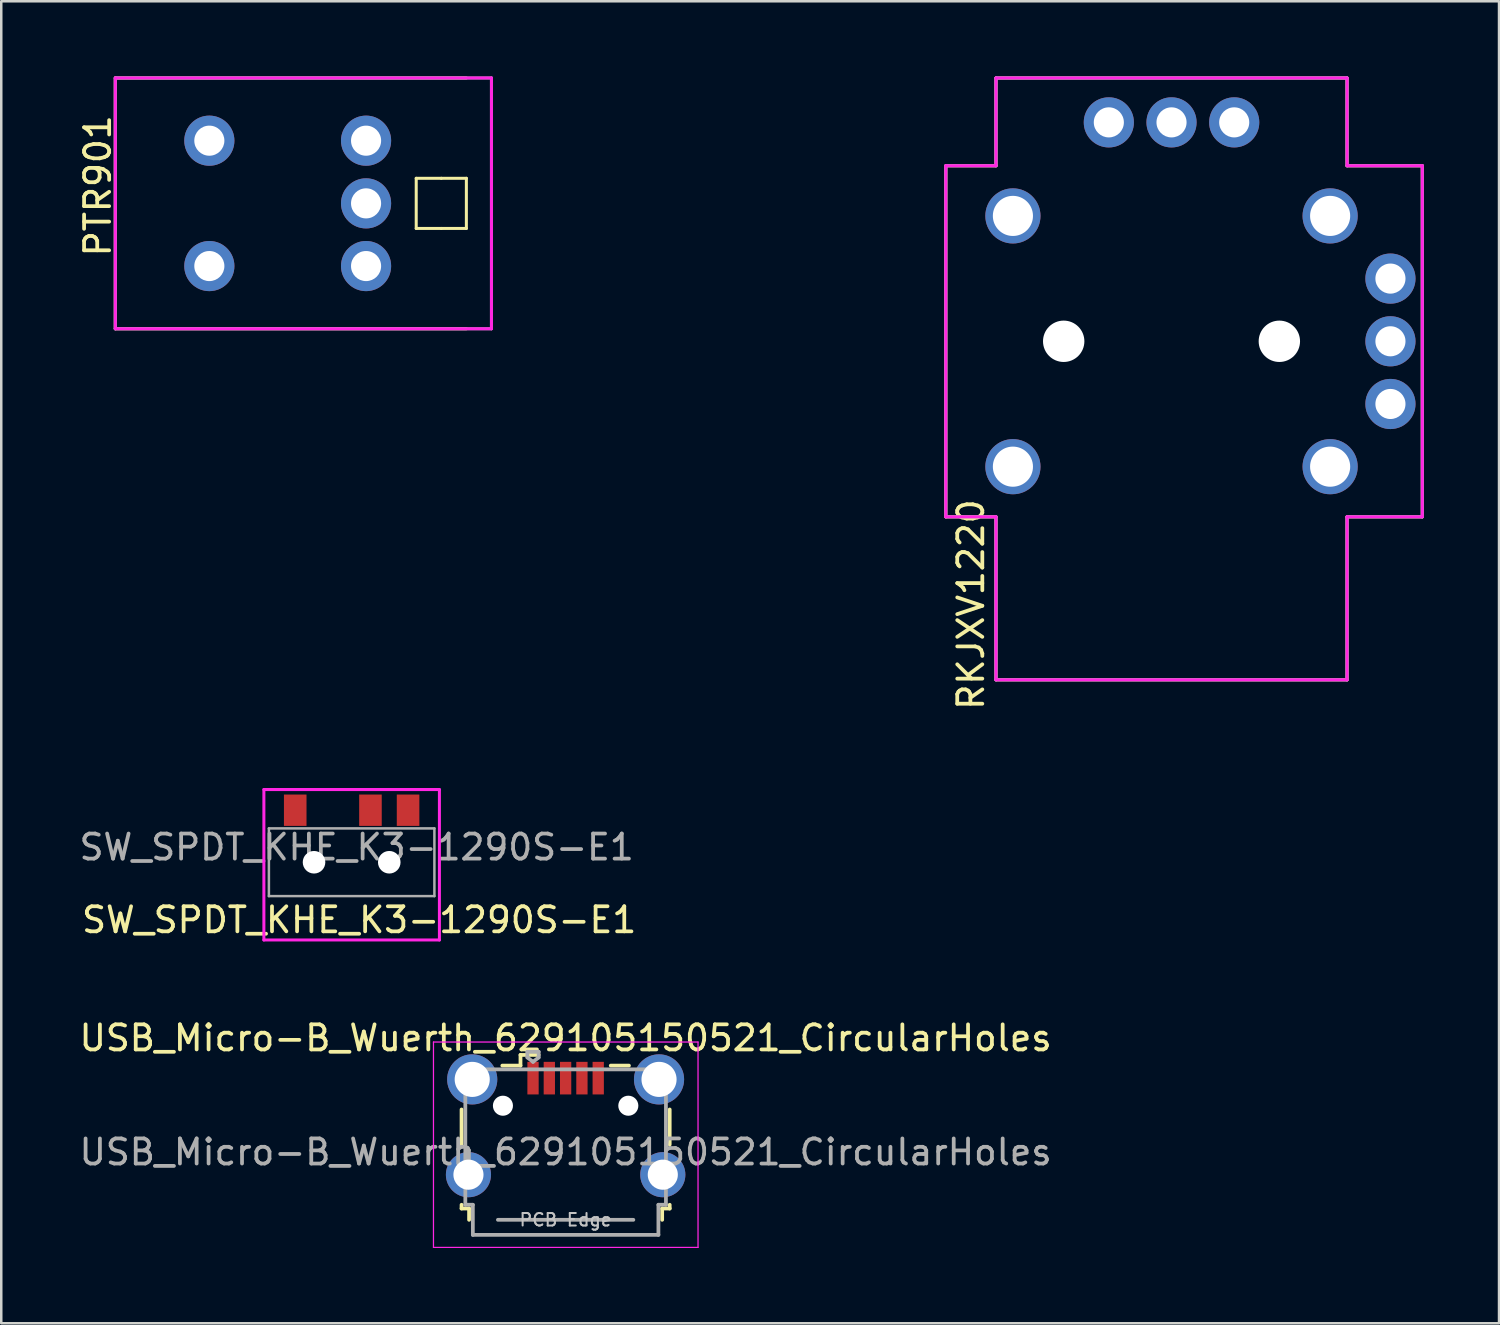
<source format=kicad_pcb>
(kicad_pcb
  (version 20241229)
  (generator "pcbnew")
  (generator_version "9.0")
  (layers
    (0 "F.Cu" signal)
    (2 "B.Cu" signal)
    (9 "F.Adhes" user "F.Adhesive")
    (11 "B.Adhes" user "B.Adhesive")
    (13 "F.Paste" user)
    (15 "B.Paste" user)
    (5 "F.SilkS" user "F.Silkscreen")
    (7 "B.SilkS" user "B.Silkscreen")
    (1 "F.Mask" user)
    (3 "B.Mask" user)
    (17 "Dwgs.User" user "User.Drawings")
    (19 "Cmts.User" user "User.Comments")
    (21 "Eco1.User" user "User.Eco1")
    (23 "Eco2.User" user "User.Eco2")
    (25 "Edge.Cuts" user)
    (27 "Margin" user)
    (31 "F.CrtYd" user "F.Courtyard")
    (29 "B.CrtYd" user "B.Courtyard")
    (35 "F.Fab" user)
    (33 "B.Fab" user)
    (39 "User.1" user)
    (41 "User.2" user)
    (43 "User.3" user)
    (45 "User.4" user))
  (footprint "SW_SPDT_KHE_K3-1290S-E1"
    (layer "F.Cu")
    (at 10.973 31.335)
    (property "Reference" "SW_SPDT_KHE_K3-1290S-E1" (at 0.3 2.3 0) (layer "F.SilkS") (effects (font (size 1 1) (thickness 0.15))))
    (attr smd)
    (fp_line (start -3.5 1.4) (end 3.5 1.4) (stroke (width 0.12) (type solid)) (layer "Eco1.User"))
    (fp_line (start 0 1.4) (end 0 3) (stroke (width 0.12) (type solid)) (layer "Eco1.User"))
    (fp_line (start 0 3) (end 1 3) (stroke (width 0.12) (type solid)) (layer "Eco1.User"))
    (fp_line (start 1 3) (end 1 1.4) (stroke (width 0.12) (type solid)) (layer "Eco1.User"))
    (fp_line (start -3.5 -2.9) (end -3.5 3.1) (stroke (width 0.12) (type solid)) (layer "F.CrtYd"))
    (fp_line (start -3.5 -2.9) (end 3.5 -2.9) (stroke (width 0.12) (type solid)) (layer "F.CrtYd"))
    (fp_line (start -3.5 3.1) (end 3.5 3.1) (stroke (width 0.12) (type solid)) (layer "F.CrtYd"))
    (fp_line (start 3.5 -2.9) (end 3.5 3.1) (stroke (width 0.12) (type solid)) (layer "F.CrtYd"))
    (fp_line (start -3.3 -1.35) (end -3.3 1.35) (stroke (width 0.1) (type solid)) (layer "F.Fab"))
    (fp_line (start -3.3 -1.35) (end 3.3 -1.35) (stroke (width 0.1) (type solid)) (layer "F.Fab"))
    (fp_line (start 3.3 -1.35) (end 3.3 1.35) (stroke (width 0.1) (type solid)) (layer "F.Fab"))
    (fp_line (start 3.3 1.35) (end -3.3 1.35) (stroke (width 0.1) (type solid)) (layer "F.Fab"))
    (fp_text user "${REFERENCE}" (at 0.2 -0.6 0) (layer "F.Fab") (effects (font (size 1 1) (thickness 0.15))))
    (pad "" np_thru_hole circle (at -1.5 0) (size 0.9 0.9) (drill 0.9) (layers "*.Cu" "*.Mask"))
    (pad "" np_thru_hole circle (at 1.5 0) (size 0.9 0.9) (drill 0.9) (layers "*.Cu" "*.Mask"))
    (pad "1" smd rect (at -2.25 -2.075) (size 0.9 1.25) (layers "F.Cu" "F.Mask" "F.Paste"))
    (pad "2" smd rect (at 0.75 -2.075) (size 0.9 1.25) (layers "F.Cu" "F.Mask" "F.Paste"))
    (pad "3" smd rect (at 2.25 -2.075) (size 0.9 1.25) (layers "F.Cu" "F.Mask" "F.Paste")))
  (footprint "USB_Micro-B_Wuerth_629105150521_CircularHoles"
    (layer "F.Cu")
    (at 19.506 41.844)
    (property "Reference" "USB_Micro-B_Wuerth_629105150521_CircularHoles" (at 0 -3.5 0) (layer "F.SilkS") (effects (font (size 1 1) (thickness 0.15))))
    (attr smd)
    (fp_line (start -4.15 -0.65) (end -4.15 0.75) (stroke (width 0.15) (type solid)) (layer "F.SilkS"))
    (fp_line (start -4.15 3.15) (end -4.15 3.3) (stroke (width 0.15) (type solid)) (layer "F.SilkS"))
    (fp_line (start -4.15 3.3) (end -3.85 3.3) (stroke (width 0.15) (type solid)) (layer "F.SilkS"))
    (fp_line (start -3.85 3.3) (end -3.85 3.75) (stroke (width 0.15) (type solid)) (layer "F.SilkS"))
    (fp_line (start -1.8 -2.825) (end -1.8 -2.4) (stroke (width 0.15) (type solid)) (layer "F.SilkS"))
    (fp_line (start -1.8 -2.4) (end -2.525 -2.4) (stroke (width 0.15) (type solid)) (layer "F.SilkS"))
    (fp_line (start -1.075 -2.825) (end -1.8 -2.825) (stroke (width 0.15) (type solid)) (layer "F.SilkS"))
    (fp_line (start 1.8 -2.4) (end 2.525 -2.4) (stroke (width 0.15) (type solid)) (layer "F.SilkS"))
    (fp_line (start 3.85 3.3) (end 4.15 3.3) (stroke (width 0.15) (type solid)) (layer "F.SilkS"))
    (fp_line (start 3.85 3.75) (end 3.85 3.3) (stroke (width 0.15) (type solid)) (layer "F.SilkS"))
    (fp_line (start 4.15 0.75) (end 4.15 -0.65) (stroke (width 0.15) (type solid)) (layer "F.SilkS"))
    (fp_line (start 4.15 3.3) (end 4.15 3.15) (stroke (width 0.15) (type solid)) (layer "F.SilkS"))
    (fp_line (start -5.27 -3.34) (end -5.27 4.85) (stroke (width 0.05) (type solid)) (layer "F.CrtYd"))
    (fp_line (start -5.27 4.85) (end 5.28 4.85) (stroke (width 0.05) (type solid)) (layer "F.CrtYd"))
    (fp_line (start 5.28 -3.34) (end -5.27 -3.34) (stroke (width 0.05) (type solid)) (layer "F.CrtYd"))
    (fp_line (start 5.28 4.85) (end 5.28 -3.34) (stroke (width 0.05) (type solid)) (layer "F.CrtYd"))
    (fp_line (start -4 -2.25) (end -4 3.15) (stroke (width 0.15) (type solid)) (layer "F.Fab"))
    (fp_line (start -4 3.15) (end -3.7 3.15) (stroke (width 0.15) (type solid)) (layer "F.Fab"))
    (fp_line (start -3.7 3.15) (end -3.7 4.35) (stroke (width 0.15) (type solid)) (layer "F.Fab"))
    (fp_line (start -3.7 4.35) (end 3.7 4.35) (stroke (width 0.15) (type solid)) (layer "F.Fab"))
    (fp_line (start -2.7 3.75) (end 2.7 3.75) (stroke (width 0.15) (type solid)) (layer "F.Fab"))
    (fp_line (start -1.525 -2.95) (end -1.075 -2.95) (stroke (width 0.15) (type solid)) (layer "F.Fab"))
    (fp_line (start -1.525 -2.725) (end -1.525 -2.95) (stroke (width 0.15) (type solid)) (layer "F.Fab"))
    (fp_line (start -1.3 -2.55) (end -1.525 -2.725) (stroke (width 0.15) (type solid)) (layer "F.Fab"))
    (fp_line (start -1.075 -2.95) (end -1.075 -2.725) (stroke (width 0.15) (type solid)) (layer "F.Fab"))
    (fp_line (start -1.075 -2.725) (end -1.3 -2.55) (stroke (width 0.15) (type solid)) (layer "F.Fab"))
    (fp_line (start 3.7 3.15) (end 4 3.15) (stroke (width 0.15) (type solid)) (layer "F.Fab"))
    (fp_line (start 3.7 4.35) (end 3.7 3.15) (stroke (width 0.15) (type solid)) (layer "F.Fab"))
    (fp_line (start 4 -2.25) (end -4 -2.25) (stroke (width 0.15) (type solid)) (layer "F.Fab"))
    (fp_line (start 4 3.15) (end 4 -2.25) (stroke (width 0.15) (type solid)) (layer "F.Fab"))
    (fp_text user "PCB Edge" (at 0 3.75 0) (layer "Dwgs.User") (effects (font (size 0.5 0.5) (thickness 0.08))))
    (fp_text user "${REFERENCE}" (at 0 1.05 0) (layer "F.Fab") (effects (font (size 1 1) (thickness 0.15))))
    (pad "" np_thru_hole circle (at -2.5 -0.8) (size 0.8 0.8) (drill 0.8) (layers "*.Cu" "*.Mask"))
    (pad "" np_thru_hole circle (at 2.5 -0.8) (size 0.8 0.8) (drill 0.8) (layers "*.Cu" "*.Mask"))
    (pad "1" smd rect (at -1.3 -1.9) (size 0.45 1.3) (layers "F.Cu" "F.Mask" "F.Paste"))
    (pad "2" smd rect (at -0.65 -1.9) (size 0.45 1.3) (layers "F.Cu" "F.Mask" "F.Paste"))
    (pad "3" smd rect (at 0 -1.9) (size 0.45 1.3) (layers "F.Cu" "F.Mask" "F.Paste"))
    (pad "4" smd rect (at 0.65 -1.9) (size 0.45 1.3) (layers "F.Cu" "F.Mask" "F.Paste"))
    (pad "5" smd rect (at 1.3 -1.9) (size 0.45 1.3) (layers "F.Cu" "F.Mask" "F.Paste"))
    (pad "6" thru_hole circle (at -3.875 1.95) (size 1.8 1.8) (drill 1.2) (layers "*.Cu" "*.Mask"))
    (pad "6" thru_hole circle (at -3.725 -1.85) (size 2 2) (drill 1.4) (layers "*.Cu" "*.Mask"))
    (pad "6" thru_hole circle (at 3.725 -1.85) (size 2 2) (drill 1.4) (layers "*.Cu" "*.Mask"))
    (pad "6" thru_hole circle (at 3.875 1.95) (size 1.8 1.8) (drill 1.2) (layers "*.Cu" "*.Mask")))
  (footprint "PTR901"
    (layer "F.Cu")
    (at 11.548 5.06)
    (property "Reference" "PTR901" (at -10.7 -0.7 90) (layer "F.SilkS") (effects (font (size 1 1) (thickness 0.15))))
    (attr through_hole)
    (fp_line (start -10 -5) (end 4 -5) (stroke (width 0.12) (type solid)) (layer "F.SilkS"))
    (fp_line (start -10 5) (end -10 -5) (stroke (width 0.12) (type solid)) (layer "F.SilkS"))
    (fp_line (start 2 -1) (end 2 1) (stroke (width 0.12) (type solid)) (layer "F.SilkS"))
    (fp_line (start 2 1) (end 3 1) (stroke (width 0.12) (type solid)) (layer "F.SilkS"))
    (fp_line (start 3 -1) (end 2 -1) (stroke (width 0.12) (type solid)) (layer "F.SilkS"))
    (fp_line (start 3 1) (end 4 1) (stroke (width 0.12) (type solid)) (layer "F.SilkS"))
    (fp_line (start 4 -1) (end 3 -1) (stroke (width 0.12) (type solid)) (layer "F.SilkS"))
    (fp_line (start 4 1) (end 4 -1) (stroke (width 0.12) (type solid)) (layer "F.SilkS"))
    (fp_line (start 4 5) (end -10 5) (stroke (width 0.12) (type solid)) (layer "F.SilkS"))
    (fp_line (start -7.5 -2.5) (end 2.5 -2.5) (stroke (width 0.12) (type solid)) (layer "Eco1.User"))
    (fp_line (start -6.25 -5) (end -6.25 5) (stroke (width 0.12) (type solid)) (layer "Eco1.User"))
    (fp_line (start 0 -5) (end 0 5) (stroke (width 0.12) (type solid)) (layer "Eco1.User"))
    (fp_line (start 0 2.5) (end -7.5 2.5) (stroke (width 0.12) (type solid)) (layer "Eco1.User"))
    (fp_line (start 0 2.5) (end 2.5 2.5) (stroke (width 0.12) (type solid)) (layer "Eco1.User"))
    (fp_line (start -10 -5) (end -10 5) (stroke (width 0.12) (type solid)) (layer "Eco2.User"))
    (fp_line (start -10 5) (end 5 5) (stroke (width 0.12) (type solid)) (layer "Eco2.User"))
    (fp_line (start 5 -5) (end -10 -5) (stroke (width 0.12) (type solid)) (layer "Eco2.User"))
    (fp_line (start 5 -2.5) (end 20 -2.5) (stroke (width 0.12) (type solid)) (layer "Eco2.User"))
    (fp_line (start 5 5) (end 5 -5) (stroke (width 0.12) (type solid)) (layer "Eco2.User"))
    (fp_line (start 20 -2.5) (end 20 2.5) (stroke (width 0.12) (type solid)) (layer "Eco2.User"))
    (fp_line (start 20 2.5) (end 5 2.5) (stroke (width 0.12) (type solid)) (layer "Eco2.User"))
    (fp_line (start -10 -5) (end 5 -5) (stroke (width 0.12) (type solid)) (layer "F.CrtYd"))
    (fp_line (start -10 5) (end -10 -5) (stroke (width 0.12) (type solid)) (layer "F.CrtYd"))
    (fp_line (start 5 -5) (end 5 5) (stroke (width 0.12) (type solid)) (layer "F.CrtYd"))
    (fp_line (start 5 5) (end -10 5) (stroke (width 0.12) (type solid)) (layer "F.CrtYd"))
    (fp_line (start -10 -5) (end 5 -5) (stroke (width 0.12) (type solid)) (layer "F.Fab"))
    (fp_line (start -10 5) (end -10 -5) (stroke (width 0.12) (type solid)) (layer "F.Fab"))
    (fp_line (start 5 -5) (end 5 5) (stroke (width 0.12) (type solid)) (layer "F.Fab"))
    (fp_line (start 5 5) (end -10 5) (stroke (width 0.12) (type solid)) (layer "F.Fab"))
    (pad "1" thru_hole circle (at -6.25 -2.5) (size 2 2) (drill 1.2) (layers "*.Cu" "*.Mask"))
    (pad "2" thru_hole circle (at -6.25 2.5) (size 2 2) (drill 1.2) (layers "*.Cu" "*.Mask"))
    (pad "3" thru_hole circle (at 0 2.5) (size 2 2) (drill 1.2) (layers "*.Cu" "*.Mask"))
    (pad "4" thru_hole circle (at 0 0) (size 2 2) (drill 1.2) (layers "*.Cu" "*.Mask"))
    (pad "5" thru_hole circle (at 0 -2.5) (size 2 2) (drill 1.2) (layers "*.Cu" "*.Mask")))
  (footprint "RKJXV1220"
    (layer "F.Cu")
    (at 43.668 10.56)
    (property "Reference" "RKJXV1220" (at -8 10.5 90) (layer "F.SilkS") (effects (font (size 1 1) (thickness 0.15))))
    (attr through_hole)
    (fp_line (start -9 -7) (end -7 -7) (stroke (width 0.12) (type solid)) (layer "F.SilkS"))
    (fp_line (start -9 7) (end -9 -7) (stroke (width 0.12) (type solid)) (layer "F.SilkS"))
    (fp_line (start -7 -10.5) (end 7 -10.5) (stroke (width 0.12) (type solid)) (layer "F.SilkS"))
    (fp_line (start -7 -7) (end -7 -10.5) (stroke (width 0.12) (type solid)) (layer "F.SilkS"))
    (fp_line (start -7 7) (end -9 7) (stroke (width 0.12) (type solid)) (layer "F.SilkS"))
    (fp_line (start -7 13.5) (end -7 7) (stroke (width 0.12) (type solid)) (layer "F.SilkS"))
    (fp_line (start 7 -10.5) (end 7 -7) (stroke (width 0.12) (type solid)) (layer "F.SilkS"))
    (fp_line (start 7 -7) (end 10 -7) (stroke (width 0.12) (type solid)) (layer "F.SilkS"))
    (fp_line (start 7 7) (end 7 13.5) (stroke (width 0.12) (type solid)) (layer "F.SilkS"))
    (fp_line (start 7 13.5) (end -7 13.5) (stroke (width 0.12) (type solid)) (layer "F.SilkS"))
    (fp_line (start 10 -7) (end 10 7) (stroke (width 0.12) (type solid)) (layer "F.SilkS"))
    (fp_line (start 10 7) (end 7 7) (stroke (width 0.12) (type solid)) (layer "F.SilkS"))
    (fp_line (start -1.1 6) (end -1.1 6.5) (stroke (width 0.12) (type solid)) (layer "Eco2.User"))
    (fp_line (start -1.1 6.5) (end -1.1 1.5) (stroke (width 0.12) (type solid)) (layer "Eco2.User"))
    (fp_line (start 0 6) (end -1.1 6) (stroke (width 0.12) (type solid)) (layer "Eco2.User"))
    (fp_line (start 0 6) (end 1.1 6) (stroke (width 0.12) (type solid)) (layer "Eco2.User"))
    (fp_line (start 1.1 6) (end 1.1 1.5) (stroke (width 0.12) (type solid)) (layer "Eco2.User"))
    (fp_line (start 1.1 6) (end 1.1 6.6) (stroke (width 0.12) (type solid)) (layer "Eco2.User"))
    (fp_circle (center -3.5 -3.5) (end -2 -3.5) (stroke (width 0.12) (type solid)) (fill no) (layer "Eco2.User"))
    (fp_circle (center -3.5 3.5) (end -2 3.5) (stroke (width 0.12) (type solid)) (fill no) (layer "Eco2.User"))
    (fp_circle (center 0 0) (end 2 0) (stroke (width 0.12) (type solid)) (fill no) (layer "Eco2.User"))
    (fp_circle (center 0 8) (end 2 8) (stroke (width 0.12) (type solid)) (fill no) (layer "Eco2.User"))
    (fp_circle (center 3.5 -3.5) (end 2 -3.5) (stroke (width 0.12) (type solid)) (fill no) (layer "Eco2.User"))
    (fp_circle (center 3.5 3.5) (end 5 3.5) (stroke (width 0.12) (type solid)) (fill no) (layer "Eco2.User"))
    (fp_poly (pts (xy -2 -3.5) (xy -3.5 -2) (xy -5 -3.5) (xy -3.5 -5)) (stroke (width 0.1) (type solid)) (fill no) (layer "Eco2.User"))
    (fp_poly (pts (xy -2 3.5) (xy -3.5 5) (xy -5 3.5) (xy -3.5 2)) (stroke (width 0.1) (type solid)) (fill no) (layer "Eco2.User"))
    (fp_poly (pts (xy 1 7.5) (xy -1 7.5) (xy -1 0) (xy 1 0)) (stroke (width 0.1) (type solid)) (fill no) (layer "Eco2.User"))
    (fp_poly (pts (xy 2 0) (xy 0 2) (xy -2 0) (xy 0 -2)) (stroke (width 0.1) (type solid)) (fill no) (layer "Eco2.User"))
    (fp_poly (pts (xy 2 8) (xy 0 10) (xy -2 8) (xy 0 6)) (stroke (width 0.1) (type solid)) (fill no) (layer "Eco2.User"))
    (fp_poly (pts (xy 5 -3.5) (xy 3.5 -2) (xy 2 -3.5) (xy 3.5 -5)) (stroke (width 0.1) (type solid)) (fill no) (layer "Eco2.User"))
    (fp_poly (pts (xy 5 3.5) (xy 3.5 5) (xy 2 3.5) (xy 3.5 2)) (stroke (width 0.1) (type solid)) (fill no) (layer "Eco2.User"))
    (fp_line (start -9 -7) (end -7 -7) (stroke (width 0.12) (type solid)) (layer "F.CrtYd"))
    (fp_line (start -9 7) (end -9 -7) (stroke (width 0.12) (type solid)) (layer "F.CrtYd"))
    (fp_line (start -7 -10.5) (end 7 -10.5) (stroke (width 0.12) (type solid)) (layer "F.CrtYd"))
    (fp_line (start -7 -7) (end -7 -10.5) (stroke (width 0.12) (type solid)) (layer "F.CrtYd"))
    (fp_line (start -7 7) (end -9 7) (stroke (width 0.12) (type solid)) (layer "F.CrtYd"))
    (fp_line (start -7 13.5) (end -7 7) (stroke (width 0.12) (type solid)) (layer "F.CrtYd"))
    (fp_line (start 7 -10.5) (end 7 -7) (stroke (width 0.12) (type solid)) (layer "F.CrtYd"))
    (fp_line (start 7 -7) (end 10 -7) (stroke (width 0.12) (type solid)) (layer "F.CrtYd"))
    (fp_line (start 7 7) (end 7 13.5) (stroke (width 0.12) (type solid)) (layer "F.CrtYd"))
    (fp_line (start 7 13.5) (end -7 13.5) (stroke (width 0.12) (type solid)) (layer "F.CrtYd"))
    (fp_line (start 10 -7) (end 10 7) (stroke (width 0.12) (type solid)) (layer "F.CrtYd"))
    (fp_line (start 10 7) (end 7 7) (stroke (width 0.12) (type solid)) (layer "F.CrtYd"))
    (fp_line (start -9 -7) (end -7 -7) (stroke (width 0.12) (type solid)) (layer "F.Fab"))
    (fp_line (start -9 7) (end -9 -7) (stroke (width 0.12) (type solid)) (layer "F.Fab"))
    (fp_line (start -7 -10.5) (end 7 -10.5) (stroke (width 0.12) (type solid)) (layer "F.Fab"))
    (fp_line (start -7 -7) (end -7 -10.5) (stroke (width 0.12) (type solid)) (layer "F.Fab"))
    (fp_line (start -7 7) (end -9 7) (stroke (width 0.12) (type solid)) (layer "F.Fab"))
    (fp_line (start -7 13.5) (end -7 7) (stroke (width 0.12) (type solid)) (layer "F.Fab"))
    (fp_line (start 7 -10.5) (end 7 -7) (stroke (width 0.12) (type solid)) (layer "F.Fab"))
    (fp_line (start 7 -7) (end 10 -7) (stroke (width 0.12) (type solid)) (layer "F.Fab"))
    (fp_line (start 7 7) (end 7 13.5) (stroke (width 0.12) (type solid)) (layer "F.Fab"))
    (fp_line (start 7 13.5) (end -7 13.5) (stroke (width 0.12) (type solid)) (layer "F.Fab"))
    (fp_line (start 10 -7) (end 10 7) (stroke (width 0.12) (type solid)) (layer "F.Fab"))
    (fp_line (start 10 7) (end 7 7) (stroke (width 0.12) (type solid)) (layer "F.Fab"))
    (pad "" np_thru_hole circle (at -4.3 0) (size 1.65 1.65) (drill 1.65) (layers "*.Cu" "*.Mask"))
    (pad "" np_thru_hole circle (at 4.3 0) (size 1.65 1.65) (drill 1.65) (layers "*.Cu" "*.Mask"))
    (pad "1" thru_hole circle (at 8.73 2.5) (size 2 2) (drill 1.2) (layers "*.Cu" "*.Mask"))
    (pad "2" thru_hole circle (at 8.73 0) (size 2 2) (drill 1.2) (layers "*.Cu" "*.Mask"))
    (pad "3" thru_hole circle (at 8.73 -2.5) (size 2 2) (drill 1.2) (layers "*.Cu" "*.Mask"))
    (pad "4" thru_hole circle (at 2.5 -8.73) (size 2 2) (drill 1.2) (layers "*.Cu" "*.Mask"))
    (pad "5" thru_hole circle (at 0 -8.73) (size 2 2) (drill 1.2) (layers "*.Cu" "*.Mask"))
    (pad "6" thru_hole circle (at -2.5 -8.73) (size 2 2) (drill 1.2) (layers "*.Cu" "*.Mask"))
    (pad "7" thru_hole circle (at 6.325 -5) (size 2.2 2.2) (drill 1.6) (layers "*.Cu" "*.Mask"))
    (pad "8" thru_hole circle (at -6.325 -5) (size 2.2 2.2) (drill 1.6) (layers "*.Cu" "*.Mask"))
    (pad "9" thru_hole circle (at -6.325 5) (size 2.2 2.2) (drill 1.6) (layers "*.Cu" "*.Mask"))
    (pad "10" thru_hole circle (at 6.325 5) (size 2.2 2.2) (drill 1.6) (layers "*.Cu" "*.Mask")))
  (gr_rect
    (start -3 -3)
    (end 56.728 49.719)
    (stroke (width 0.1) (type default))
    (fill no)
    (layer "Edge.Cuts")))
</source>
